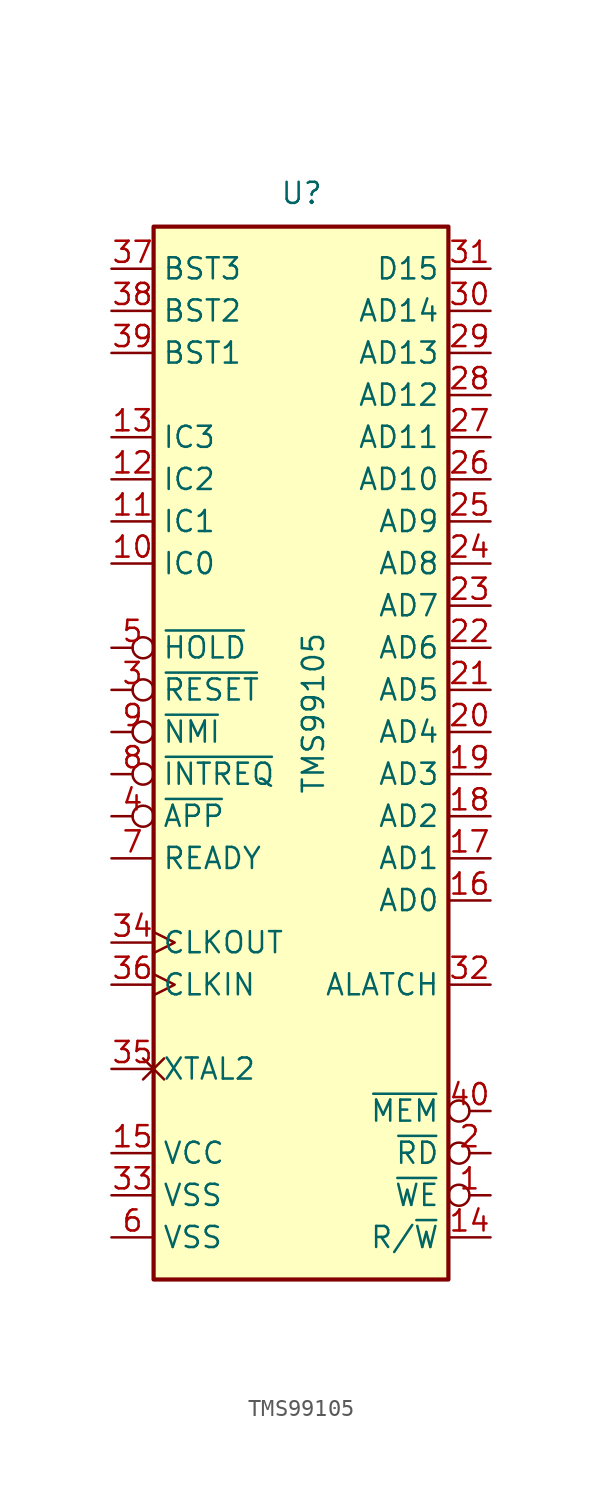
<source format=kicad_sym>
(kicad_symbol_lib
  (version 20220914)
  (generator kicad_symbol_editor)
  (symbol "TMS99105"
    (property "Reference" "U"
      (at -1.27 31.75 0)
      (effects (font (size 1.27 1.27)) (justify left bottom)))
    (property "Value" "TMS99105"
      (at 0 -3.81 90)
      (effects (font (size 1.27 1.27)) (justify left top)))
    (symbol "TMS99105_0_1"
      (rectangle (start -8.89 -33.02) (end 8.89 30.48) (stroke (width 0.254) (type default)) (fill (type background))))
    (symbol "TMS99105_1_1"
      (pin output inverted (at 11.43 -27.94 180) (length 2.54) (name "~{WE}" (effects (font (size 1.27 1.27)))) (number "1" (effects (font (size 1.27 1.27)))))
      (pin input line (at -11.43 10.16 0) (length 2.54) (name "IC0" (effects (font (size 1.27 1.27)))) (number "10" (effects (font (size 1.27 1.27)))))
      (pin input line (at -11.43 12.7 0) (length 2.54) (name "IC1" (effects (font (size 1.27 1.27)))) (number "11" (effects (font (size 1.27 1.27)))))
      (pin input line (at -11.43 15.24 0) (length 2.54) (name "IC2" (effects (font (size 1.27 1.27)))) (number "12" (effects (font (size 1.27 1.27)))))
      (pin input line (at -11.43 17.78 0) (length 2.54) (name "IC3" (effects (font (size 1.27 1.27)))) (number "13" (effects (font (size 1.27 1.27)))))
      (pin output line (at 11.43 -30.48 180) (length 2.54) (name "R/~{W}" (effects (font (size 1.27 1.27)))) (number "14" (effects (font (size 1.27 1.27)))))
      (pin power_in line (at -11.43 -25.4 0) (length 2.54) (name "VCC" (effects (font (size 1.27 1.27)))) (number "15" (effects (font (size 1.27 1.27)))))
      (pin bidirectional line (at 11.43 -10.16 180) (length 2.54) (name "AD0" (effects (font (size 1.27 1.27)))) (number "16" (effects (font (size 1.27 1.27)))))
      (pin bidirectional line (at 11.43 -7.62 180) (length 2.54) (name "AD1" (effects (font (size 1.27 1.27)))) (number "17" (effects (font (size 1.27 1.27)))))
      (pin bidirectional line (at 11.43 -5.08 180) (length 2.54) (name "AD2" (effects (font (size 1.27 1.27)))) (number "18" (effects (font (size 1.27 1.27)))))
      (pin bidirectional line (at 11.43 -2.54 180) (length 2.54) (name "AD3" (effects (font (size 1.27 1.27)))) (number "19" (effects (font (size 1.27 1.27)))))
      (pin output inverted (at 11.43 -25.4 180) (length 2.54) (name "~{RD}" (effects (font (size 1.27 1.27)))) (number "2" (effects (font (size 1.27 1.27)))))
      (pin bidirectional line (at 11.43 0 180) (length 2.54) (name "AD4" (effects (font (size 1.27 1.27)))) (number "20" (effects (font (size 1.27 1.27)))))
      (pin bidirectional line (at 11.43 2.54 180) (length 2.54) (name "AD5" (effects (font (size 1.27 1.27)))) (number "21" (effects (font (size 1.27 1.27)))))
      (pin bidirectional line (at 11.43 5.08 180) (length 2.54) (name "AD6" (effects (font (size 1.27 1.27)))) (number "22" (effects (font (size 1.27 1.27)))))
      (pin bidirectional line (at 11.43 7.62 180) (length 2.54) (name "AD7" (effects (font (size 1.27 1.27)))) (number "23" (effects (font (size 1.27 1.27)))))
      (pin bidirectional line (at 11.43 10.16 180) (length 2.54) (name "AD8" (effects (font (size 1.27 1.27)))) (number "24" (effects (font (size 1.27 1.27)))))
      (pin bidirectional line (at 11.43 12.7 180) (length 2.54) (name "AD9" (effects (font (size 1.27 1.27)))) (number "25" (effects (font (size 1.27 1.27)))))
      (pin bidirectional line (at 11.43 15.24 180) (length 2.54) (name "AD10" (effects (font (size 1.27 1.27)))) (number "26" (effects (font (size 1.27 1.27)))))
      (pin bidirectional line (at 11.43 17.78 180) (length 2.54) (name "AD11" (effects (font (size 1.27 1.27)))) (number "27" (effects (font (size 1.27 1.27)))))
      (pin bidirectional line (at 11.43 20.32 180) (length 2.54) (name "AD12" (effects (font (size 1.27 1.27)))) (number "28" (effects (font (size 1.27 1.27)))))
      (pin bidirectional line (at 11.43 22.86 180) (length 2.54) (name "AD13" (effects (font (size 1.27 1.27)))) (number "29" (effects (font (size 1.27 1.27)))))
      (pin input inverted (at -11.43 2.54 0) (length 2.54) (name "~{RESET}" (effects (font (size 1.27 1.27)))) (number "3" (effects (font (size 1.27 1.27)))))
      (pin bidirectional line (at 11.43 25.4 180) (length 2.54) (name "AD14" (effects (font (size 1.27 1.27)))) (number "30" (effects (font (size 1.27 1.27)))))
      (pin bidirectional line (at 11.43 27.94 180) (length 2.54) (name "D15" (effects (font (size 1.27 1.27)))) (number "31" (effects (font (size 1.27 1.27)))))
      (pin output line (at 11.43 -15.24 180) (length 2.54) (name "ALATCH" (effects (font (size 1.27 1.27)))) (number "32" (effects (font (size 1.27 1.27)))))
      (pin power_in line (at -11.43 -27.94 0) (length 2.54) (name "VSS" (effects (font (size 1.27 1.27)))) (number "33" (effects (font (size 1.27 1.27)))))
      (pin output clock (at -11.43 -12.7 0) (length 2.54) (name "CLKOUT" (effects (font (size 1.27 1.27)))) (number "34" (effects (font (size 1.27 1.27)))))
      (pin passive non_logic (at -11.43 -20.32 0) (length 2.54) (name "XTAL2" (effects (font (size 1.27 1.27)))) (number "35" (effects (font (size 1.27 1.27)))))
      (pin input clock (at -11.43 -15.24 0) (length 2.54) (name "CLKIN" (effects (font (size 1.27 1.27)))) (number "36" (effects (font (size 1.27 1.27)))))
      (pin output line (at -11.43 27.94 0) (length 2.54) (name "BST3" (effects (font (size 1.27 1.27)))) (number "37" (effects (font (size 1.27 1.27)))))
      (pin output line (at -11.43 25.4 0) (length 2.54) (name "BST2" (effects (font (size 1.27 1.27)))) (number "38" (effects (font (size 1.27 1.27)))))
      (pin output line (at -11.43 22.86 0) (length 2.54) (name "BST1" (effects (font (size 1.27 1.27)))) (number "39" (effects (font (size 1.27 1.27)))))
      (pin input inverted (at -11.43 -5.08 0) (length 2.54) (name "~{APP}" (effects (font (size 1.27 1.27)))) (number "4" (effects (font (size 1.27 1.27)))))
      (pin output inverted (at 11.43 -22.86 180) (length 2.54) (name "~{MEM}" (effects (font (size 1.27 1.27)))) (number "40" (effects (font (size 1.27 1.27)))))
      (pin input inverted (at -11.43 5.08 0) (length 2.54) (name "~{HOLD}" (effects (font (size 1.27 1.27)))) (number "5" (effects (font (size 1.27 1.27)))))
      (pin power_in line (at -11.43 -30.48 0) (length 2.54) (name "VSS" (effects (font (size 1.27 1.27)))) (number "6" (effects (font (size 1.27 1.27)))))
      (pin input line (at -11.43 -7.62 0) (length 2.54) (name "READY" (effects (font (size 1.27 1.27)))) (number "7" (effects (font (size 1.27 1.27)))))
      (pin input inverted (at -11.43 -2.54 0) (length 2.54) (name "~{INTREQ}" (effects (font (size 1.27 1.27)))) (number "8" (effects (font (size 1.27 1.27)))))
      (pin input inverted (at -11.43 0 0) (length 2.54) (name "~{NMI}" (effects (font (size 1.27 1.27)))) (number "9" (effects (font (size 1.27 1.27))))))))
</source>
